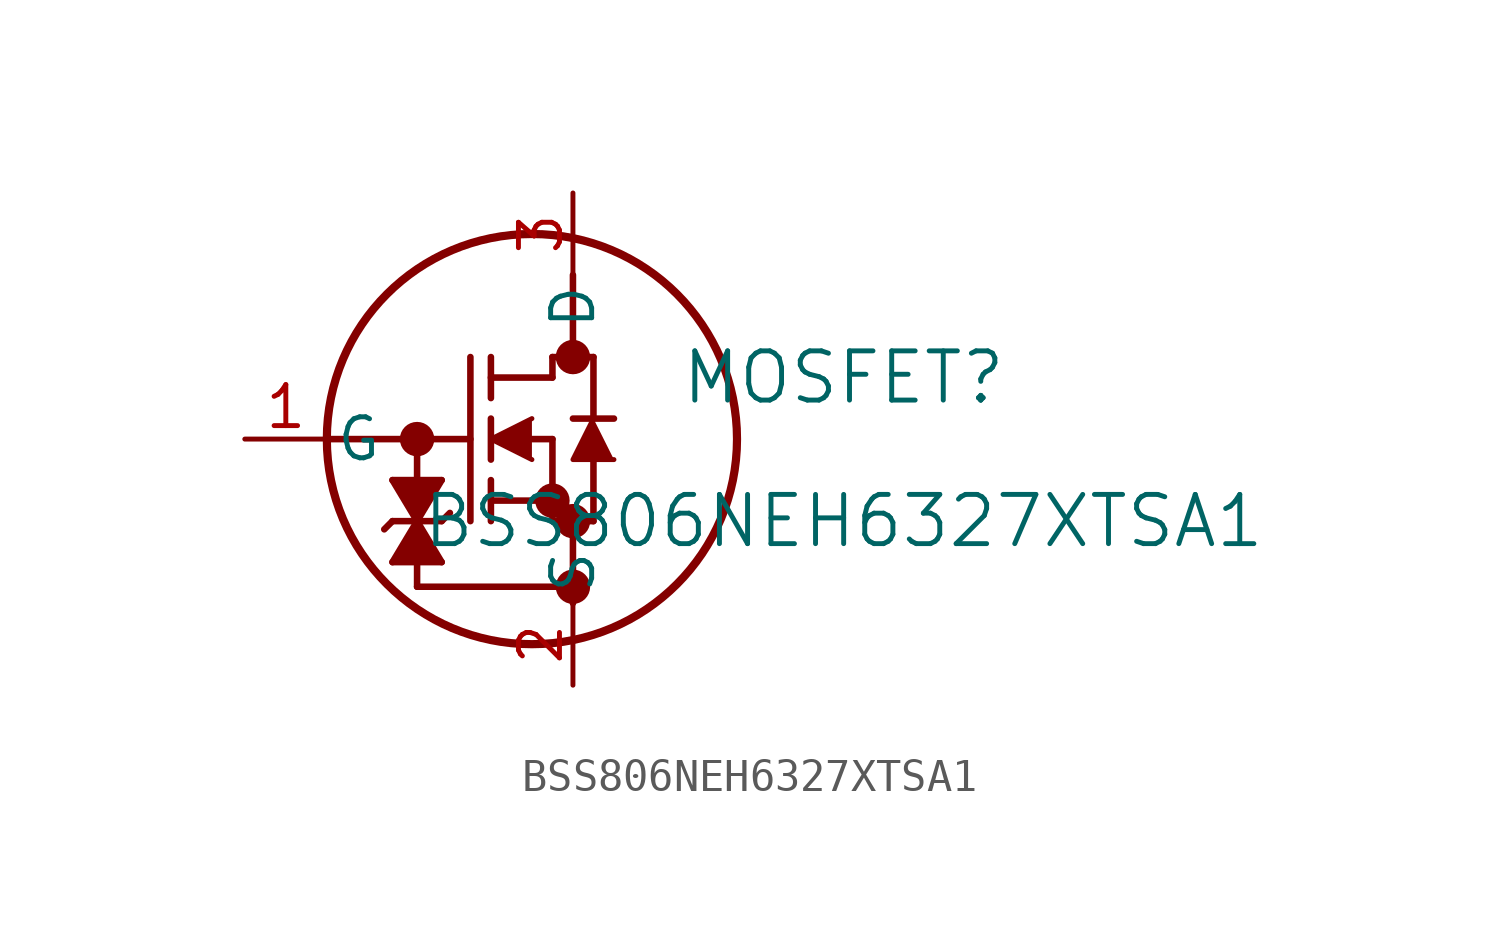
<source format=kicad_sym>
(kicad_symbol_lib
  (version 20211014)
  (generator kicad_symbol_editor)
  (symbol "BSS806NEH6327XTSA1"
    (pin_names
      (offset 0.254))
    (property "Reference" "MOSFET"
      (at 18.542 1.905 0)
      (effects (font (size 1.524 1.524))))
    (property "Value" "BSS806NEH6327XTSA1"
      (at 18.542 -2.54 0)
      (effects (font (size 1.524 1.524))))
    (symbol "BSS806NEH6327XTSA1_0_1"
      (circle (center 10.16 2.54) (radius 0.025) (stroke (width 0.508) (type default) (color 0 0 0 0)) (fill (type none)))
      (circle (center 10.16 -2.54) (radius 0.025) (stroke (width 0.508) (type default) (color 0 0 0 0)) (fill (type none)))
      (circle (center 9.525 -1.905) (radius 0.025) (stroke (width 0.508) (type default) (color 0 0 0 0)) (fill (type none)))
      (circle (center 8.89 0) (radius 6.35) (stroke (width 0.254) (type default) (color 0 0 0 0)) (fill (type none)))
      (polyline (pts (xy 2.54 0) (xy 6.985 0)) (stroke (width 0.203) (type default) (color 0 0 0 0)) (fill (type none)))
      (polyline (pts (xy 6.985 -2.54) (xy 6.985 2.54)) (stroke (width 0.203) (type default) (color 0 0 0 0)) (fill (type none)))
      (polyline (pts (xy 7.62 -0.635) (xy 7.62 0.635)) (stroke (width 0.203) (type default) (color 0 0 0 0)) (fill (type none)))
      (polyline (pts (xy 7.62 -2.54) (xy 7.62 -1.27)) (stroke (width 0.203) (type default) (color 0 0 0 0)) (fill (type none)))
      (polyline (pts (xy 7.62 1.27) (xy 7.62 2.54)) (stroke (width 0.203) (type default) (color 0 0 0 0)) (fill (type none)))
      (polyline (pts (xy 8.89 0) (xy 9.525 0)) (stroke (width 0.203) (type default) (color 0 0 0 0)) (fill (type none)))
      (polyline (pts (xy 7.62 -1.905) (xy 9.525 -1.905)) (stroke (width 0.203) (type default) (color 0 0 0 0)) (fill (type none)))
      (polyline (pts (xy 9.525 -2.54) (xy 9.525 0)) (stroke (width 0.203) (type default) (color 0 0 0 0)) (fill (type none)))
      (polyline (pts (xy 9.525 -2.54) (xy 10.795 -2.54)) (stroke (width 0.203) (type default) (color 0 0 0 0)) (fill (type none)))
      (polyline (pts (xy 7.62 1.905) (xy 9.525 1.905)) (stroke (width 0.203) (type default) (color 0 0 0 0)) (fill (type none)))
      (polyline (pts (xy 10.795 0.635) (xy 10.795 2.54)) (stroke (width 0.203) (type default) (color 0 0 0 0)) (fill (type none)))
      (polyline (pts (xy 10.795 -2.54) (xy 10.795 -0.635)) (stroke (width 0.203) (type default) (color 0 0 0 0)) (fill (type none)))
      (polyline (pts (xy 11.43 0.635) (xy 10.16 0.635)) (stroke (width 0.203) (type default) (color 0 0 0 0)) (fill (type none)))
      (polyline (pts (xy 9.525 2.54) (xy 10.795 2.54)) (stroke (width 0.203) (type default) (color 0 0 0 0)) (fill (type none)))
      (polyline (pts (xy 9.525 1.905) (xy 9.525 2.54)) (stroke (width 0.203) (type default) (color 0 0 0 0)) (fill (type none)))
      (polyline (pts (xy 8.89 0.635) (xy 7.62 0) (xy 8.89 -0.635)) (stroke (width 0) (type default) (color 0 0 0 0)) (fill (type outline)))
      (polyline (pts (xy 11.43 -0.635) (xy 10.16 -0.635) (xy 10.795 0.635)) (stroke (width 0) (type default) (color 0 0 0 0)) (fill (type outline)))
      (polyline (pts (xy 10.16 5.08) (xy 10.16 2.54)) (stroke (width 0.203) (type default) (color 0 0 0 0)) (fill (type none)))
      (polyline (pts (xy 10.16 -2.54) (xy 10.16 -5.08)) (stroke (width 0.203) (type default) (color 0 0 0 0)) (fill (type none)))
      (polyline (pts (xy 10.16 -4.572) (xy 5.334 -4.572)) (stroke (width 0.203) (type default) (color 0 0 0 0)) (fill (type none)))
      (polyline (pts (xy 5.334 -4.572) (xy 5.334 0)) (stroke (width 0.203) (type default) (color 0 0 0 0)) (fill (type none)))
      (polyline (pts (xy 5.334 -2.54) (xy 6.096 -1.27)) (stroke (width 0.203) (type default) (color 0 0 0 0)) (fill (type none)))
      (polyline (pts (xy 6.096 -1.27) (xy 4.572 -1.27)) (stroke (width 0.203) (type default) (color 0 0 0 0)) (fill (type none)))
      (polyline (pts (xy 4.572 -1.27) (xy 5.334 -2.54)) (stroke (width 0.203) (type default) (color 0 0 0 0)) (fill (type none)))
      (polyline (pts (xy 5.334 -2.54) (xy 4.572 -3.81)) (stroke (width 0.203) (type default) (color 0 0 0 0)) (fill (type none)))
      (polyline (pts (xy 4.572 -3.81) (xy 6.096 -3.81)) (stroke (width 0.203) (type default) (color 0 0 0 0)) (fill (type none)))
      (polyline (pts (xy 6.096 -3.81) (xy 5.334 -2.54)) (stroke (width 0.203) (type default) (color 0 0 0 0)) (fill (type none)))
      (polyline (pts (xy 4.572 -2.54) (xy 6.096 -2.54)) (stroke (width 0.203) (type default) (color 0 0 0 0)) (fill (type none)))
      (polyline (pts (xy 6.096 -2.54) (xy 6.35 -2.286)) (stroke (width 0.203) (type default) (color 0 0 0 0)) (fill (type none)))
      (polyline (pts (xy 4.572 -2.54) (xy 4.318 -2.794)) (stroke (width 0.203) (type default) (color 0 0 0 0)) (fill (type none)))
      (polyline (pts (xy 4.572 -1.27) (xy 5.334 -2.54) (xy 6.096 -1.27)) (stroke (width 0) (type default) (color 0 0 0 0)) (fill (type outline)))
      (circle (center 5.334 0) (radius 0.025) (stroke (width 0.508) (type default) (color 0 0 0 0)) (fill (type none)))
      (polyline (pts (xy 5.334 -2.54) (xy 5.08 -3.81)) (stroke (width 0) (type default) (color 0 0 0 0)) (fill (type outline)))
      (polyline (pts (xy 5.334 -2.54) (xy 4.572 -3.81) (xy 6.096 -3.81)) (stroke (width 0) (type default) (color 0 0 0 0)) (fill (type outline)))
      (circle (center 10.16 -4.572) (radius 0.025) (stroke (width 0.508) (type default) (color 0 0 0 0)) (fill (type none)))
      (pin unspecified line (at 0 0 0) (length 2.54) (name "G" (effects (font (size 1.27 1.27)))) (number "1" (effects (font (size 1.27 1.27)))))
      (pin unspecified line (at 10.16 -7.62 90) (length 2.54) (name "S" (effects (font (size 1.27 1.27)))) (number "2" (effects (font (size 1.27 1.27)))))
      (pin unspecified line (at 10.16 7.62 270) (length 2.54) (name "D" (effects (font (size 1.27 1.27)))) (number "3" (effects (font (size 1.27 1.27))))))))
</source>
